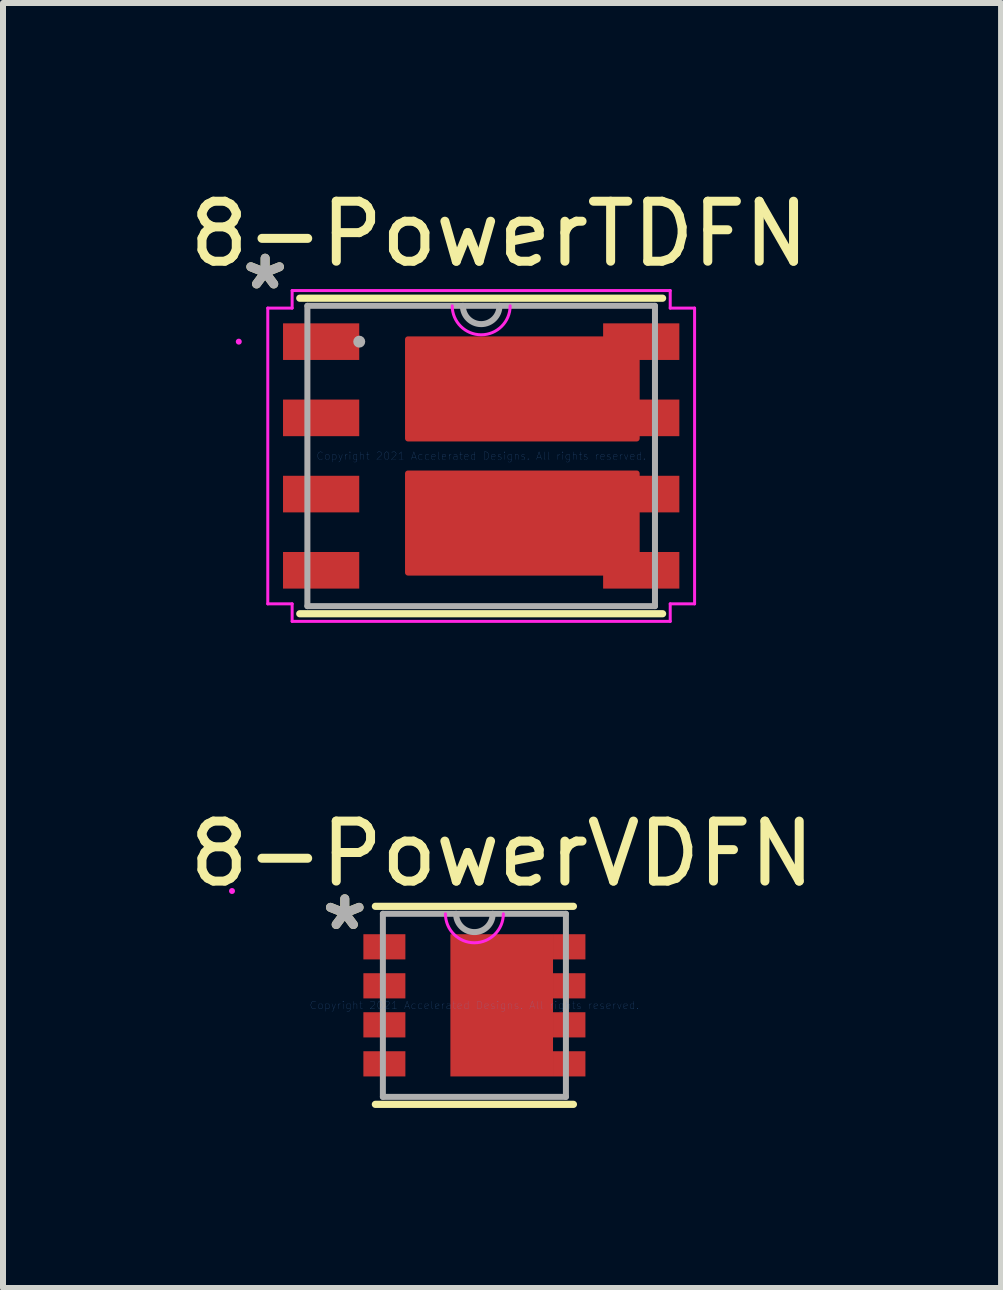
<source format=kicad_pcb>
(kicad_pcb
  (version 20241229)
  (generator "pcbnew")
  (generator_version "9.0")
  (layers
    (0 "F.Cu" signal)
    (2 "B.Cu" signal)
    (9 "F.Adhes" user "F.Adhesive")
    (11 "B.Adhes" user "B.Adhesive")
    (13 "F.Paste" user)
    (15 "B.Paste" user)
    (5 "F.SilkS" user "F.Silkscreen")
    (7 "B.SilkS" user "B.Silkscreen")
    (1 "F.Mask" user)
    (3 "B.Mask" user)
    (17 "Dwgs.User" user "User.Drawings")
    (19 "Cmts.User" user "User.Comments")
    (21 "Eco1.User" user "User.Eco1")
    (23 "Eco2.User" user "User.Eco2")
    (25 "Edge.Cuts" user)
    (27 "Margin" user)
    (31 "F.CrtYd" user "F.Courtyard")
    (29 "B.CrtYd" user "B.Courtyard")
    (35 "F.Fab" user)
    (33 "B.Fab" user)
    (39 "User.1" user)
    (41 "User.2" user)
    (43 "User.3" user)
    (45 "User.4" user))
  (footprint "8-PowerVDFN"
    (layer "F.Cu")
    (at 4.855 13.702)
    (property "Reference" "8-PowerVDFN" (at 0.46 -2.525 0) (layer "F.SilkS") (effects (font (size 1 1) (thickness 0.15))))
    (attr through_hole)
    (fp_poly (pts (xy 1.31 1.185) (xy -0.4 1.185) (xy -0.4 -1.185) (xy 1.31 -1.185)) (stroke (width 0) (type solid)) (fill yes) (layer "F.Cu"))
    (fp_line (start -1.65 1.65) (end 1.65 1.65) (stroke (width 0.12) (type solid)) (layer "F.SilkS"))
    (fp_line (start 1.65 -1.65) (end -1.65 -1.65) (stroke (width 0.12) (type solid)) (layer "F.SilkS"))
    (fp_arc (start 0.4826 -1.525) (mid 0 -1.0424) (end -0.4826 -1.525) (stroke (width 0.05) (type solid)) (layer "F.CrtYd"))
    (fp_circle (center -4.039 -1.905) (end -4.039 -1.905) (stroke (width 0.05) (type solid)) (fill no) (layer "F.CrtYd"))
    (fp_line (start -1.525 -1.525) (end -1.525 1.525) (stroke (width 0.1) (type solid)) (layer "F.Fab"))
    (fp_line (start -1.525 1.525) (end 1.525 1.525) (stroke (width 0.1) (type solid)) (layer "F.Fab"))
    (fp_line (start 1.525 -1.525) (end -1.525 -1.525) (stroke (width 0.1) (type solid)) (layer "F.Fab"))
    (fp_line (start 1.525 1.525) (end 1.525 -1.525) (stroke (width 0.1) (type solid)) (layer "F.Fab"))
    (fp_arc (start 0.3048 -1.525) (mid 0 -1.2202) (end -0.3048 -1.525) (stroke (width 0.1) (type solid)) (layer "F.Fab"))
    (fp_text user "*" (at -2.16 -1.23 0) (layer "F.SilkS") (effects (font (size 1 1) (thickness 0.15))))
    (fp_text user "Copyright 2021 Accelerated Designs. All rights reserved." (at 0 0 0) (layer "Cmts.User") (effects (font (size 0.127 0.127) (thickness 0.002))))
    (fp_text user "*" (at -2.16 -1.23 0) (layer "F.Fab") (effects (font (size 1 1) (thickness 0.15))))
    (pad "1" smd rect (at -1.5 -0.975) (size 0.7 0.42) (layers "F.Cu" "F.Mask" "F.Paste"))
    (pad "2" smd rect (at -1.5 -0.325) (size 0.7 0.42) (layers "F.Cu" "F.Mask" "F.Paste"))
    (pad "3" smd rect (at -1.5 0.325) (size 0.7 0.42) (layers "F.Cu" "F.Mask" "F.Paste"))
    (pad "4" smd rect (at -1.5 0.975) (size 0.7 0.42) (layers "F.Cu" "F.Mask" "F.Paste"))
    (pad "5" smd rect (at 1.58 0.975) (size 0.54 0.42) (layers "F.Cu" "F.Mask" "F.Paste"))
    (pad "6" smd rect (at 1.58 0.325) (size 0.54 0.42) (layers "F.Cu" "F.Mask" "F.Paste"))
    (pad "7" smd rect (at 1.58 -0.325) (size 0.54 0.42) (layers "F.Cu" "F.Mask" "F.Paste"))
    (pad "8" smd rect (at 1.58 -0.975) (size 0.54 0.42) (layers "F.Cu" "F.Mask" "F.Paste")))
  (footprint "8-PowerTDFN"
    (layer "F.Cu")
    (at 4.968 4.548)
    (property "Reference" "8-PowerTDFN" (at 0.3 -3.7 0) (layer "F.SilkS") (effects (font (size 1 1) (thickness 0.15))))
    (attr through_hole)
    (fp_poly (pts (xy 2.591 -0.94) (xy 2.032 -0.94) (xy 2.032 -0.33) (xy 2.591 -0.33) (xy 2.591 -0.292) (xy -1.219 -0.292) (xy -1.219 -1.943) (xy 2.032 -1.943) (xy 2.032 -1.6) (xy 2.591 -1.6)) (stroke (width 0.1) (type solid)) (fill yes) (layer "F.Cu"))
    (fp_poly (pts (xy 2.591 0.94) (xy 2.032 0.94) (xy 2.032 0.33) (xy 2.591 0.33) (xy 2.591 0.292) (xy -1.219 0.292) (xy -1.219 1.943) (xy 2.032 1.943) (xy 2.032 1.6) (xy 2.591 1.6)) (stroke (width 0.1) (type solid)) (fill yes) (layer "F.Cu"))
    (fp_poly (pts (xy 2.591 -0.94) (xy 2.032 -0.94) (xy 2.032 -0.33) (xy 2.591 -0.33) (xy 2.591 -0.292) (xy -1.219 -0.292) (xy -1.219 -1.943) (xy 2.032 -1.943) (xy 2.032 -1.6) (xy 2.591 -1.6)) (stroke (width 0.1) (type solid)) (fill yes) (layer "F.Mask"))
    (fp_poly (pts (xy 2.591 0.94) (xy 2.032 0.94) (xy 2.032 0.33) (xy 2.591 0.33) (xy 2.591 0.292) (xy -1.219 0.292) (xy -1.219 1.943) (xy 2.032 1.943) (xy 2.032 1.6) (xy 2.591 1.6)) (stroke (width 0.1) (type solid)) (fill yes) (layer "F.Mask"))
    (fp_line (start -3.023 2.629) (end 3.023 2.629) (stroke (width 0.12) (type solid)) (layer "F.SilkS"))
    (fp_line (start 3.023 -2.629) (end -3.023 -2.629) (stroke (width 0.12) (type solid)) (layer "F.SilkS"))
    (fp_poly (pts (xy 2.591 -0.94) (xy 2.032 -0.94) (xy 2.032 -0.33) (xy 2.591 -0.33) (xy 2.591 -0.292) (xy -1.219 -0.292) (xy -1.219 -1.943) (xy 2.032 -1.943) (xy 2.032 -1.6) (xy 2.591 -1.6)) (stroke (width 0.1) (type solid)) (fill yes) (layer "F.Paste"))
    (fp_poly (pts (xy 2.591 0.94) (xy 2.032 0.94) (xy 2.032 0.33) (xy 2.591 0.33) (xy 2.591 0.292) (xy -1.219 0.292) (xy -1.219 1.943) (xy 2.032 1.943) (xy 2.032 1.6) (xy 2.591 1.6)) (stroke (width 0.1) (type solid)) (fill yes) (layer "F.Paste"))
    (fp_line (start -3.556 -2.464) (end -3.15 -2.464) (stroke (width 0.05) (type solid)) (layer "F.CrtYd"))
    (fp_line (start -3.556 2.464) (end -3.556 -2.464) (stroke (width 0.05) (type solid)) (layer "F.CrtYd"))
    (fp_line (start -3.15 -2.756) (end 3.15 -2.756) (stroke (width 0.05) (type solid)) (layer "F.CrtYd"))
    (fp_line (start -3.15 -2.464) (end -3.15 -2.756) (stroke (width 0.05) (type solid)) (layer "F.CrtYd"))
    (fp_line (start -3.15 2.464) (end -3.556 2.464) (stroke (width 0.05) (type solid)) (layer "F.CrtYd"))
    (fp_line (start -3.15 2.756) (end -3.15 2.464) (stroke (width 0.05) (type solid)) (layer "F.CrtYd"))
    (fp_line (start 3.15 -2.756) (end 3.15 -2.464) (stroke (width 0.05) (type solid)) (layer "F.CrtYd"))
    (fp_line (start 3.15 -2.464) (end 3.556 -2.464) (stroke (width 0.05) (type solid)) (layer "F.CrtYd"))
    (fp_line (start 3.15 2.464) (end 3.15 2.756) (stroke (width 0.05) (type solid)) (layer "F.CrtYd"))
    (fp_line (start 3.15 2.756) (end -3.15 2.756) (stroke (width 0.05) (type solid)) (layer "F.CrtYd"))
    (fp_line (start 3.556 -2.464) (end 3.556 2.464) (stroke (width 0.05) (type solid)) (layer "F.CrtYd"))
    (fp_line (start 3.556 2.464) (end 3.15 2.464) (stroke (width 0.05) (type solid)) (layer "F.CrtYd"))
    (fp_arc (start 0.4826 -2.5019) (mid 0 -2.0193) (end -0.4826 -2.5019) (stroke (width 0.05) (type solid)) (layer "F.CrtYd"))
    (fp_circle (center -4.039 -1.905) (end -4.039 -1.905) (stroke (width 0.05) (type solid)) (fill no) (layer "F.CrtYd"))
    (fp_line (start -2.896 -2.502) (end -2.896 2.502) (stroke (width 0.1) (type solid)) (layer "F.Fab"))
    (fp_line (start -2.896 2.502) (end 2.896 2.502) (stroke (width 0.1) (type solid)) (layer "F.Fab"))
    (fp_line (start 2.896 -2.502) (end -2.896 -2.502) (stroke (width 0.1) (type solid)) (layer "F.Fab"))
    (fp_line (start 2.896 2.502) (end 2.896 -2.502) (stroke (width 0.1) (type solid)) (layer "F.Fab"))
    (fp_arc (start 0.3048 -2.5019) (mid 0 -2.1971) (end -0.3048 -2.5019) (stroke (width 0.1) (type solid)) (layer "F.Fab"))
    (fp_circle (center -2.032 -1.905) (end -2.032 -1.905) (stroke (width 0.1) (type solid)) (fill no) (layer "F.Fab"))
    (fp_text user "*" (at -3.6 -2.75 0) (layer "F.SilkS") (effects (font (size 1 1) (thickness 0.15))))
    (fp_text user "Copyright 2021 Accelerated Designs. All rights reserved." (at 0 0 0) (layer "Cmts.User") (effects (font (size 0.127 0.127) (thickness 0.002))))
    (fp_text user "*" (at -3.6 -2.75 0) (layer "F.Fab") (effects (font (size 1 1) (thickness 0.15))))
    (pad "1" smd rect (at -2.667 -1.905) (size 1.27 0.61) (layers "F.Cu" "F.Mask" "F.Paste"))
    (pad "2" smd rect (at -2.667 -0.635) (size 1.27 0.61) (layers "F.Cu" "F.Mask" "F.Paste"))
    (pad "3" smd rect (at -2.667 0.635) (size 1.27 0.61) (layers "F.Cu" "F.Mask" "F.Paste"))
    (pad "4" smd rect (at -2.667 1.905) (size 1.27 0.61) (layers "F.Cu" "F.Mask" "F.Paste"))
    (pad "5" smd rect (at 2.667 1.905) (size 1.27 0.61) (layers "F.Cu" "F.Mask" "F.Paste"))
    (pad "6" smd rect (at 2.667 0.635) (size 1.27 0.61) (layers "F.Cu" "F.Mask" "F.Paste"))
    (pad "7" smd rect (at 2.667 -0.635) (size 1.27 0.61) (layers "F.Cu" "F.Mask" "F.Paste"))
    (pad "8" smd rect (at 2.667 -1.905) (size 1.27 0.61) (layers "F.Cu" "F.Mask" "F.Paste")))
  (gr_rect
    (start -3 -3)
    (end 13.631 18.412)
    (stroke (width 0.1) (type default))
    (fill no)
    (layer "Edge.Cuts")))
</source>
